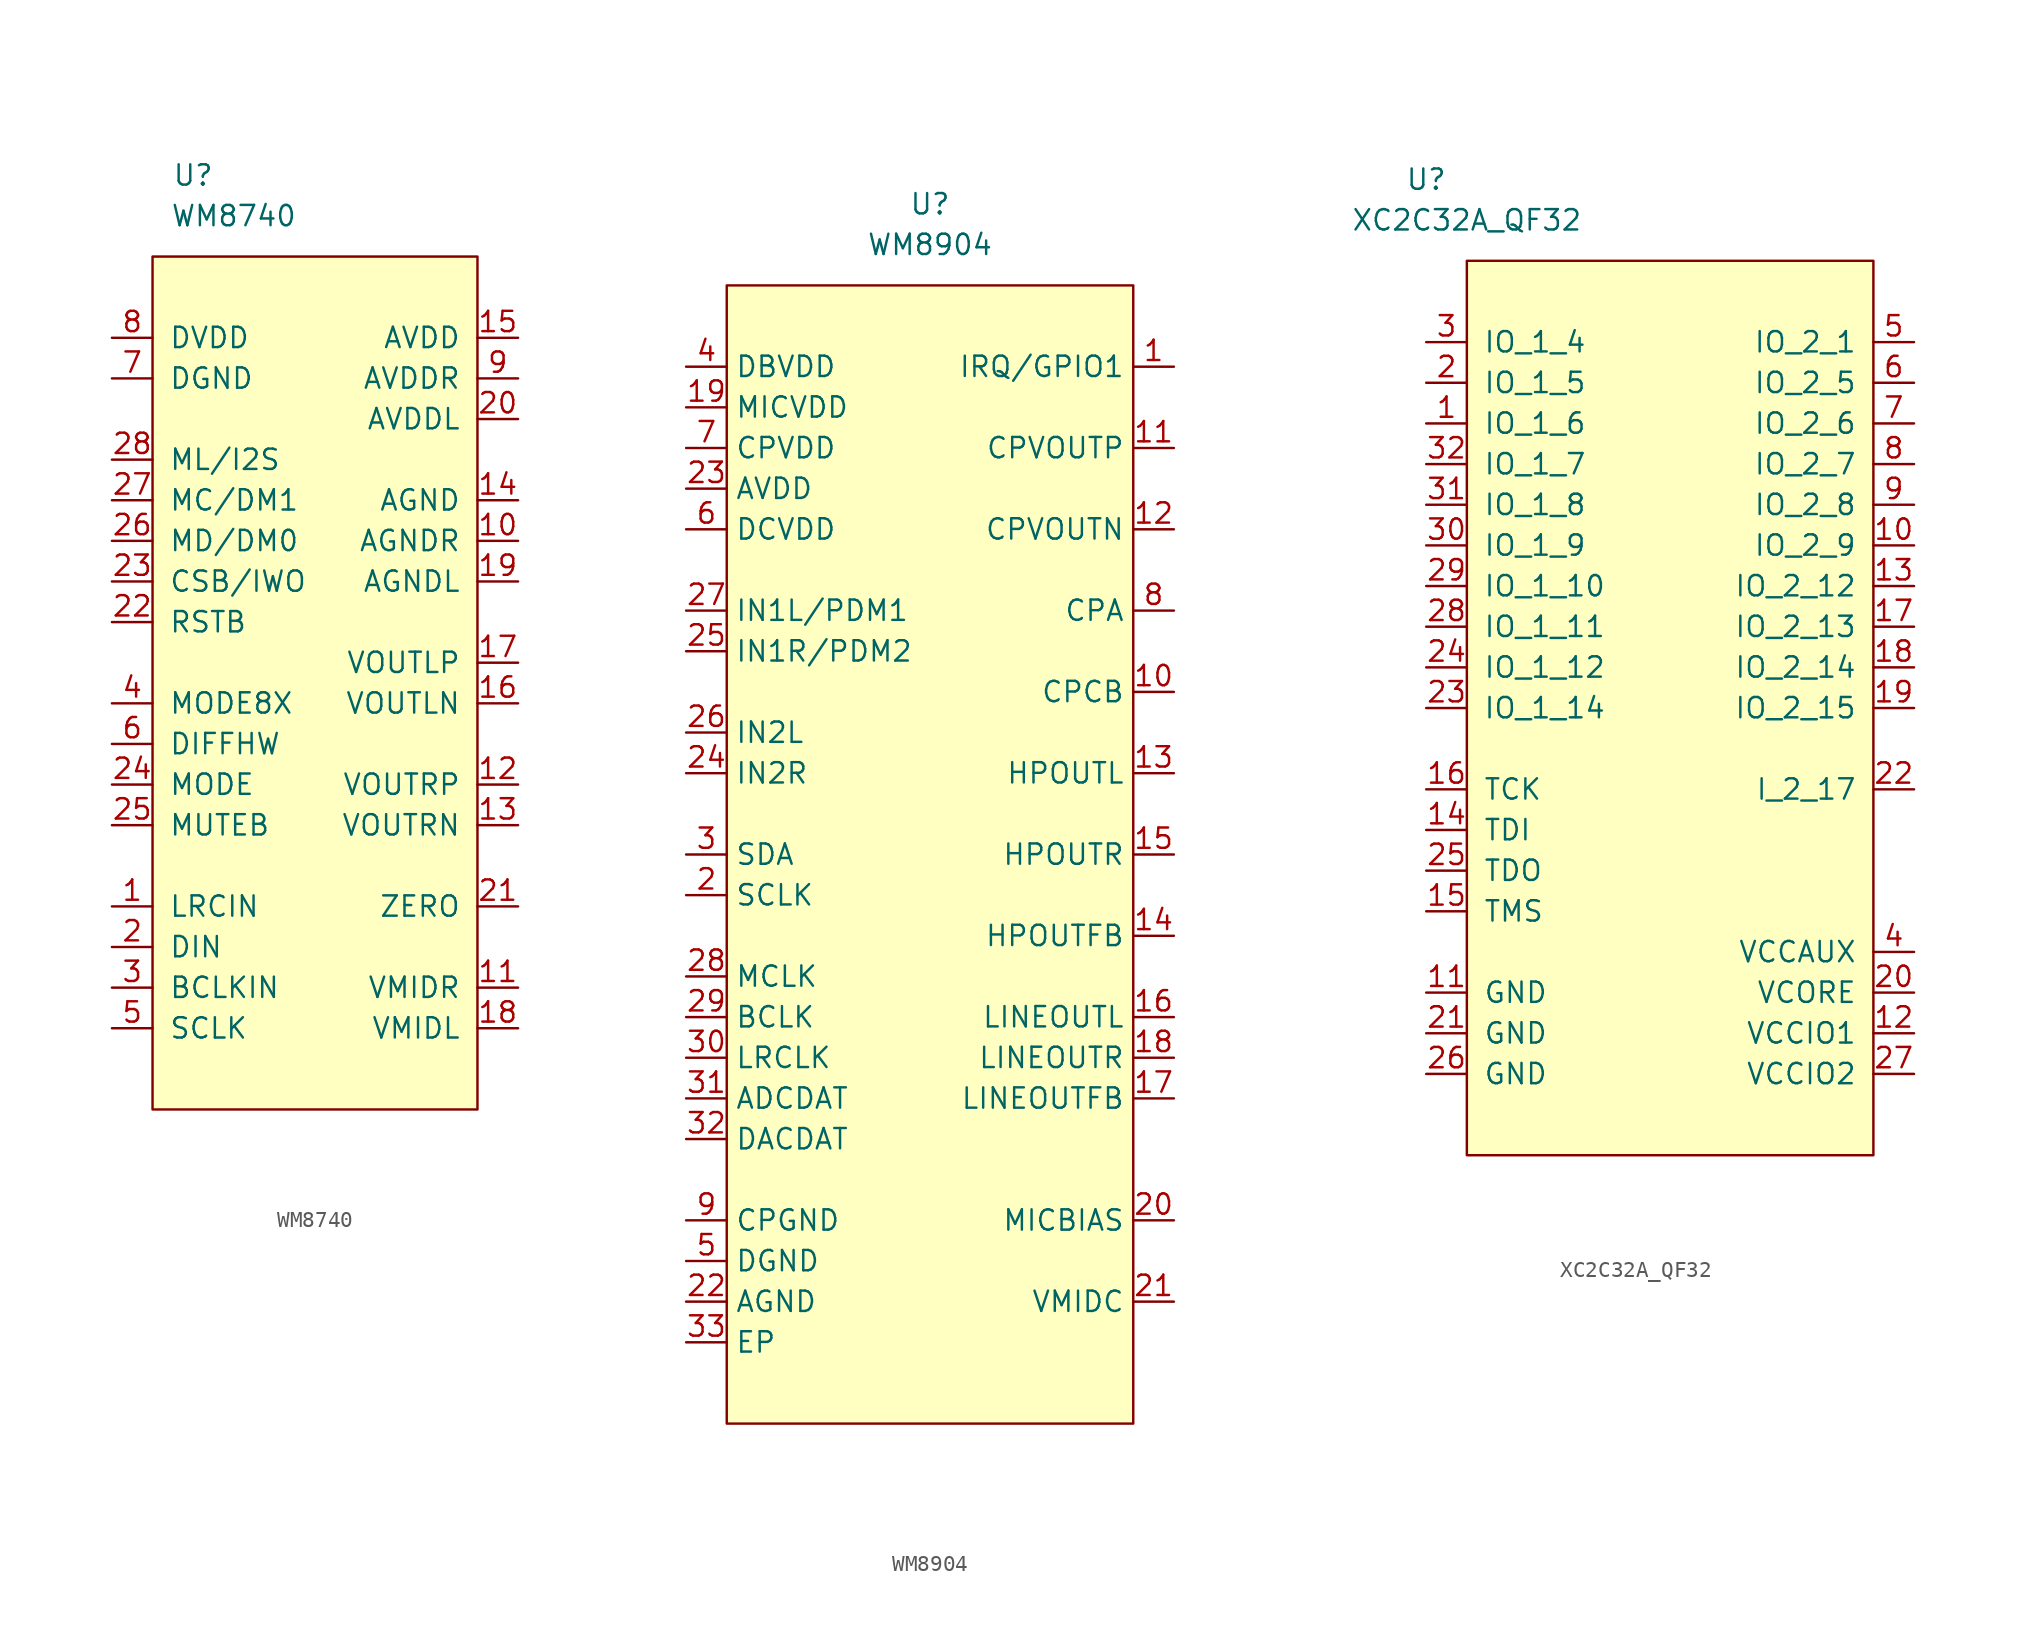
<source format=kicad_sym>
(kicad_symbol_lib
  (version 20231120)
  (generator "kicad_symbol_editor")
  (generator_version "8.0")
  (symbol "WM8740"
    (pin_names
      (offset 1.016))
    (property "Reference" "U"
      (at -7.62 17.78 0)
      (effects (font (size 1.27 1.27))))
    (property "Value" "WM8740"
      (at -5.08 15.24 0)
      (effects (font (size 1.27 1.27))))
    (symbol "WM8740_0_1"
      (rectangle (start -10.16 12.7) (end 10.16 -40.64) (stroke (width 0) (type default)) (fill (type background))))
    (symbol "WM8740_1_1"
      (pin input line (at -12.7 -27.94 0) (length 2.54) (name "LRCIN" (effects (font (size 1.27 1.27)))) (number "1" (effects (font (size 1.27 1.27)))))
      (pin power_in line (at 12.7 -5.08 180) (length 2.54) (name "AGNDR" (effects (font (size 1.27 1.27)))) (number "10" (effects (font (size 1.27 1.27)))))
      (pin power_out line (at 12.7 -33.02 180) (length 2.54) (name "VMIDR" (effects (font (size 1.27 1.27)))) (number "11" (effects (font (size 1.27 1.27)))))
      (pin output line (at 12.7 -20.32 180) (length 2.54) (name "VOUTRP" (effects (font (size 1.27 1.27)))) (number "12" (effects (font (size 1.27 1.27)))))
      (pin output line (at 12.7 -22.86 180) (length 2.54) (name "VOUTRN" (effects (font (size 1.27 1.27)))) (number "13" (effects (font (size 1.27 1.27)))))
      (pin power_in line (at 12.7 -2.54 180) (length 2.54) (name "AGND" (effects (font (size 1.27 1.27)))) (number "14" (effects (font (size 1.27 1.27)))))
      (pin power_in line (at 12.7 7.62 180) (length 2.54) (name "AVDD" (effects (font (size 1.27 1.27)))) (number "15" (effects (font (size 1.27 1.27)))))
      (pin output line (at 12.7 -15.24 180) (length 2.54) (name "VOUTLN" (effects (font (size 1.27 1.27)))) (number "16" (effects (font (size 1.27 1.27)))))
      (pin output line (at 12.7 -12.7 180) (length 2.54) (name "VOUTLP" (effects (font (size 1.27 1.27)))) (number "17" (effects (font (size 1.27 1.27)))))
      (pin power_out line (at 12.7 -35.56 180) (length 2.54) (name "VMIDL" (effects (font (size 1.27 1.27)))) (number "18" (effects (font (size 1.27 1.27)))))
      (pin power_in line (at 12.7 -7.62 180) (length 2.54) (name "AGNDL" (effects (font (size 1.27 1.27)))) (number "19" (effects (font (size 1.27 1.27)))))
      (pin input line (at -12.7 -30.48 0) (length 2.54) (name "DIN" (effects (font (size 1.27 1.27)))) (number "2" (effects (font (size 1.27 1.27)))))
      (pin power_in line (at 12.7 2.54 180) (length 2.54) (name "AVDDL" (effects (font (size 1.27 1.27)))) (number "20" (effects (font (size 1.27 1.27)))))
      (pin output line (at 12.7 -27.94 180) (length 2.54) (name "ZERO" (effects (font (size 1.27 1.27)))) (number "21" (effects (font (size 1.27 1.27)))))
      (pin input line (at -12.7 -10.16 0) (length 2.54) (name "RSTB" (effects (font (size 1.27 1.27)))) (number "22" (effects (font (size 1.27 1.27)))))
      (pin input line (at -12.7 -7.62 0) (length 2.54) (name "CSB/IWO" (effects (font (size 1.27 1.27)))) (number "23" (effects (font (size 1.27 1.27)))))
      (pin input line (at -12.7 -20.32 0) (length 2.54) (name "MODE" (effects (font (size 1.27 1.27)))) (number "24" (effects (font (size 1.27 1.27)))))
      (pin input line (at -12.7 -22.86 0) (length 2.54) (name "MUTEB" (effects (font (size 1.27 1.27)))) (number "25" (effects (font (size 1.27 1.27)))))
      (pin input line (at -12.7 -5.08 0) (length 2.54) (name "MD/DM0" (effects (font (size 1.27 1.27)))) (number "26" (effects (font (size 1.27 1.27)))))
      (pin input line (at -12.7 -2.54 0) (length 2.54) (name "MC/DM1" (effects (font (size 1.27 1.27)))) (number "27" (effects (font (size 1.27 1.27)))))
      (pin input line (at -12.7 0 0) (length 2.54) (name "ML/I2S" (effects (font (size 1.27 1.27)))) (number "28" (effects (font (size 1.27 1.27)))))
      (pin input line (at -12.7 -33.02 0) (length 2.54) (name "BCLKIN" (effects (font (size 1.27 1.27)))) (number "3" (effects (font (size 1.27 1.27)))))
      (pin input line (at -12.7 -15.24 0) (length 2.54) (name "MODE8X" (effects (font (size 1.27 1.27)))) (number "4" (effects (font (size 1.27 1.27)))))
      (pin input line (at -12.7 -35.56 0) (length 2.54) (name "SCLK" (effects (font (size 1.27 1.27)))) (number "5" (effects (font (size 1.27 1.27)))))
      (pin input line (at -12.7 -17.78 0) (length 2.54) (name "DIFFHW" (effects (font (size 1.27 1.27)))) (number "6" (effects (font (size 1.27 1.27)))))
      (pin power_in line (at -12.7 5.08 0) (length 2.54) (name "DGND" (effects (font (size 1.27 1.27)))) (number "7" (effects (font (size 1.27 1.27)))))
      (pin power_in line (at -12.7 7.62 0) (length 2.54) (name "DVDD" (effects (font (size 1.27 1.27)))) (number "8" (effects (font (size 1.27 1.27)))))
      (pin power_in line (at 12.7 5.08 180) (length 2.54) (name "AVDDR" (effects (font (size 1.27 1.27)))) (number "9" (effects (font (size 1.27 1.27)))))))
  (symbol "WM8904"
    (property "Reference" "U"
      (at 0 0 0)
      (effects (font (size 1.27 1.27))))
    (property "Value" "WM8904"
      (at 0 -2.54 0)
      (effects (font (size 1.27 1.27))))
    (symbol "WM8904_0_1"
      (rectangle (start -12.7 -5.08) (end 12.7 -76.2) (stroke (width 0.152) (type default)) (fill (type background))))
    (symbol "WM8904_1_1"
      (pin input line (at 15.24 -10.16 180) (length 2.54) (name "IRQ/GPIO1" (effects (font (size 1.27 1.27)))) (number "1" (effects (font (size 1.27 1.27)))))
      (pin input line (at 15.24 -30.48 180) (length 2.54) (name "CPCB" (effects (font (size 1.27 1.27)))) (number "10" (effects (font (size 1.27 1.27)))))
      (pin input line (at 15.24 -15.24 180) (length 2.54) (name "CPVOUTP" (effects (font (size 1.27 1.27)))) (number "11" (effects (font (size 1.27 1.27)))))
      (pin input line (at 15.24 -20.32 180) (length 2.54) (name "CPVOUTN" (effects (font (size 1.27 1.27)))) (number "12" (effects (font (size 1.27 1.27)))))
      (pin input line (at 15.24 -35.56 180) (length 2.54) (name "HPOUTL" (effects (font (size 1.27 1.27)))) (number "13" (effects (font (size 1.27 1.27)))))
      (pin input line (at 15.24 -45.72 180) (length 2.54) (name "HPOUTFB" (effects (font (size 1.27 1.27)))) (number "14" (effects (font (size 1.27 1.27)))))
      (pin input line (at 15.24 -40.64 180) (length 2.54) (name "HPOUTR" (effects (font (size 1.27 1.27)))) (number "15" (effects (font (size 1.27 1.27)))))
      (pin input line (at 15.24 -50.8 180) (length 2.54) (name "LINEOUTL" (effects (font (size 1.27 1.27)))) (number "16" (effects (font (size 1.27 1.27)))))
      (pin input line (at 15.24 -55.88 180) (length 2.54) (name "LINEOUTFB" (effects (font (size 1.27 1.27)))) (number "17" (effects (font (size 1.27 1.27)))))
      (pin input line (at 15.24 -53.34 180) (length 2.54) (name "LINEOUTR" (effects (font (size 1.27 1.27)))) (number "18" (effects (font (size 1.27 1.27)))))
      (pin input line (at -15.24 -12.7 0) (length 2.54) (name "MICVDD" (effects (font (size 1.27 1.27)))) (number "19" (effects (font (size 1.27 1.27)))))
      (pin input line (at -15.24 -43.18 0) (length 2.54) (name "SCLK" (effects (font (size 1.27 1.27)))) (number "2" (effects (font (size 1.27 1.27)))))
      (pin input line (at 15.24 -63.5 180) (length 2.54) (name "MICBIAS" (effects (font (size 1.27 1.27)))) (number "20" (effects (font (size 1.27 1.27)))))
      (pin input line (at 15.24 -68.58 180) (length 2.54) (name "VMIDC" (effects (font (size 1.27 1.27)))) (number "21" (effects (font (size 1.27 1.27)))))
      (pin input line (at -15.24 -68.58 0) (length 2.54) (name "AGND" (effects (font (size 1.27 1.27)))) (number "22" (effects (font (size 1.27 1.27)))))
      (pin input line (at -15.24 -17.78 0) (length 2.54) (name "AVDD" (effects (font (size 1.27 1.27)))) (number "23" (effects (font (size 1.27 1.27)))))
      (pin input line (at -15.24 -35.56 0) (length 2.54) (name "IN2R" (effects (font (size 1.27 1.27)))) (number "24" (effects (font (size 1.27 1.27)))))
      (pin input line (at -15.24 -27.94 0) (length 2.54) (name "IN1R/PDM2" (effects (font (size 1.27 1.27)))) (number "25" (effects (font (size 1.27 1.27)))))
      (pin input line (at -15.24 -33.02 0) (length 2.54) (name "IN2L" (effects (font (size 1.27 1.27)))) (number "26" (effects (font (size 1.27 1.27)))))
      (pin input line (at -15.24 -25.4 0) (length 2.54) (name "IN1L/PDM1" (effects (font (size 1.27 1.27)))) (number "27" (effects (font (size 1.27 1.27)))))
      (pin input line (at -15.24 -48.26 0) (length 2.54) (name "MCLK" (effects (font (size 1.27 1.27)))) (number "28" (effects (font (size 1.27 1.27)))))
      (pin input line (at -15.24 -50.8 0) (length 2.54) (name "BCLK" (effects (font (size 1.27 1.27)))) (number "29" (effects (font (size 1.27 1.27)))))
      (pin input line (at -15.24 -40.64 0) (length 2.54) (name "SDA" (effects (font (size 1.27 1.27)))) (number "3" (effects (font (size 1.27 1.27)))))
      (pin input line (at -15.24 -53.34 0) (length 2.54) (name "LRCLK" (effects (font (size 1.27 1.27)))) (number "30" (effects (font (size 1.27 1.27)))))
      (pin input line (at -15.24 -55.88 0) (length 2.54) (name "ADCDAT" (effects (font (size 1.27 1.27)))) (number "31" (effects (font (size 1.27 1.27)))))
      (pin input line (at -15.24 -58.42 0) (length 2.54) (name "DACDAT" (effects (font (size 1.27 1.27)))) (number "32" (effects (font (size 1.27 1.27)))))
      (pin input line (at -15.24 -71.12 0) (length 2.54) (name "EP" (effects (font (size 1.27 1.27)))) (number "33" (effects (font (size 1.27 1.27)))))
      (pin input line (at -15.24 -10.16 0) (length 2.54) (name "DBVDD" (effects (font (size 1.27 1.27)))) (number "4" (effects (font (size 1.27 1.27)))))
      (pin input line (at -15.24 -66.04 0) (length 2.54) (name "DGND" (effects (font (size 1.27 1.27)))) (number "5" (effects (font (size 1.27 1.27)))))
      (pin input line (at -15.24 -20.32 0) (length 2.54) (name "DCVDD" (effects (font (size 1.27 1.27)))) (number "6" (effects (font (size 1.27 1.27)))))
      (pin input line (at -15.24 -15.24 0) (length 2.54) (name "CPVDD" (effects (font (size 1.27 1.27)))) (number "7" (effects (font (size 1.27 1.27)))))
      (pin input line (at 15.24 -25.4 180) (length 2.54) (name "CPA" (effects (font (size 1.27 1.27)))) (number "8" (effects (font (size 1.27 1.27)))))
      (pin input line (at -15.24 -63.5 0) (length 2.54) (name "CPGND" (effects (font (size 1.27 1.27)))) (number "9" (effects (font (size 1.27 1.27)))))))
  (symbol "XC2C32A_QF32"
    (pin_names
      (offset 1.016))
    (property "Reference" "U"
      (at -15.24 35.56 0)
      (effects (font (size 1.27 1.27))))
    (property "Value" "XC2C32A_QF32"
      (at -12.7 33.02 0)
      (effects (font (size 1.27 1.27))))
    (symbol "XC2C32A_QF32_0_1"
      (rectangle (start -12.7 30.48) (end 12.7 -25.4) (stroke (width 0) (type default)) (fill (type background))))
    (symbol "XC2C32A_QF32_1_1"
      (pin bidirectional line (at -15.24 20.32 0) (length 2.54) (name "IO_1_6" (effects (font (size 1.27 1.27)))) (number "1" (effects (font (size 1.27 1.27)))))
      (pin bidirectional line (at 15.24 12.7 180) (length 2.54) (name "IO_2_9" (effects (font (size 1.27 1.27)))) (number "10" (effects (font (size 1.27 1.27)))))
      (pin power_in line (at -15.24 -15.24 0) (length 2.54) (name "GND" (effects (font (size 1.27 1.27)))) (number "11" (effects (font (size 1.27 1.27)))))
      (pin power_in line (at 15.24 -17.78 180) (length 2.54) (name "VCCIO1" (effects (font (size 1.27 1.27)))) (number "12" (effects (font (size 1.27 1.27)))))
      (pin bidirectional line (at 15.24 10.16 180) (length 2.54) (name "IO_2_12" (effects (font (size 1.27 1.27)))) (number "13" (effects (font (size 1.27 1.27)))))
      (pin input line (at -15.24 -5.08 0) (length 2.54) (name "TDI" (effects (font (size 1.27 1.27)))) (number "14" (effects (font (size 1.27 1.27)))))
      (pin input line (at -15.24 -10.16 0) (length 2.54) (name "TMS" (effects (font (size 1.27 1.27)))) (number "15" (effects (font (size 1.27 1.27)))))
      (pin input line (at -15.24 -2.54 0) (length 2.54) (name "TCK" (effects (font (size 1.27 1.27)))) (number "16" (effects (font (size 1.27 1.27)))))
      (pin bidirectional line (at 15.24 7.62 180) (length 2.54) (name "IO_2_13" (effects (font (size 1.27 1.27)))) (number "17" (effects (font (size 1.27 1.27)))))
      (pin bidirectional line (at 15.24 5.08 180) (length 2.54) (name "IO_2_14" (effects (font (size 1.27 1.27)))) (number "18" (effects (font (size 1.27 1.27)))))
      (pin bidirectional line (at 15.24 2.54 180) (length 2.54) (name "IO_2_15" (effects (font (size 1.27 1.27)))) (number "19" (effects (font (size 1.27 1.27)))))
      (pin bidirectional line (at -15.24 22.86 0) (length 2.54) (name "IO_1_5" (effects (font (size 1.27 1.27)))) (number "2" (effects (font (size 1.27 1.27)))))
      (pin power_in line (at 15.24 -15.24 180) (length 2.54) (name "VCORE" (effects (font (size 1.27 1.27)))) (number "20" (effects (font (size 1.27 1.27)))))
      (pin power_in line (at -15.24 -17.78 0) (length 2.54) (name "GND" (effects (font (size 1.27 1.27)))) (number "21" (effects (font (size 1.27 1.27)))))
      (pin input line (at 15.24 -2.54 180) (length 2.54) (name "I_2_17" (effects (font (size 1.27 1.27)))) (number "22" (effects (font (size 1.27 1.27)))))
      (pin bidirectional line (at -15.24 2.54 0) (length 2.54) (name "IO_1_14" (effects (font (size 1.27 1.27)))) (number "23" (effects (font (size 1.27 1.27)))))
      (pin bidirectional line (at -15.24 5.08 0) (length 2.54) (name "IO_1_12" (effects (font (size 1.27 1.27)))) (number "24" (effects (font (size 1.27 1.27)))))
      (pin output line (at -15.24 -7.62 0) (length 2.54) (name "TDO" (effects (font (size 1.27 1.27)))) (number "25" (effects (font (size 1.27 1.27)))))
      (pin power_in line (at -15.24 -20.32 0) (length 2.54) (name "GND" (effects (font (size 1.27 1.27)))) (number "26" (effects (font (size 1.27 1.27)))))
      (pin power_in line (at 15.24 -20.32 180) (length 2.54) (name "VCCIO2" (effects (font (size 1.27 1.27)))) (number "27" (effects (font (size 1.27 1.27)))))
      (pin bidirectional line (at -15.24 7.62 0) (length 2.54) (name "IO_1_11" (effects (font (size 1.27 1.27)))) (number "28" (effects (font (size 1.27 1.27)))))
      (pin bidirectional line (at -15.24 10.16 0) (length 2.54) (name "IO_1_10" (effects (font (size 1.27 1.27)))) (number "29" (effects (font (size 1.27 1.27)))))
      (pin bidirectional line (at -15.24 25.4 0) (length 2.54) (name "IO_1_4" (effects (font (size 1.27 1.27)))) (number "3" (effects (font (size 1.27 1.27)))))
      (pin bidirectional line (at -15.24 12.7 0) (length 2.54) (name "IO_1_9" (effects (font (size 1.27 1.27)))) (number "30" (effects (font (size 1.27 1.27)))))
      (pin bidirectional line (at -15.24 15.24 0) (length 2.54) (name "IO_1_8" (effects (font (size 1.27 1.27)))) (number "31" (effects (font (size 1.27 1.27)))))
      (pin bidirectional line (at -15.24 17.78 0) (length 2.54) (name "IO_1_7" (effects (font (size 1.27 1.27)))) (number "32" (effects (font (size 1.27 1.27)))))
      (pin power_in line (at 15.24 -12.7 180) (length 2.54) (name "VCCAUX" (effects (font (size 1.27 1.27)))) (number "4" (effects (font (size 1.27 1.27)))))
      (pin bidirectional line (at 15.24 25.4 180) (length 2.54) (name "IO_2_1" (effects (font (size 1.27 1.27)))) (number "5" (effects (font (size 1.27 1.27)))))
      (pin bidirectional line (at 15.24 22.86 180) (length 2.54) (name "IO_2_5" (effects (font (size 1.27 1.27)))) (number "6" (effects (font (size 1.27 1.27)))))
      (pin bidirectional line (at 15.24 20.32 180) (length 2.54) (name "IO_2_6" (effects (font (size 1.27 1.27)))) (number "7" (effects (font (size 1.27 1.27)))))
      (pin bidirectional line (at 15.24 17.78 180) (length 2.54) (name "IO_2_7" (effects (font (size 1.27 1.27)))) (number "8" (effects (font (size 1.27 1.27)))))
      (pin bidirectional line (at 15.24 15.24 180) (length 2.54) (name "IO_2_8" (effects (font (size 1.27 1.27)))) (number "9" (effects (font (size 1.27 1.27))))))))
</source>
